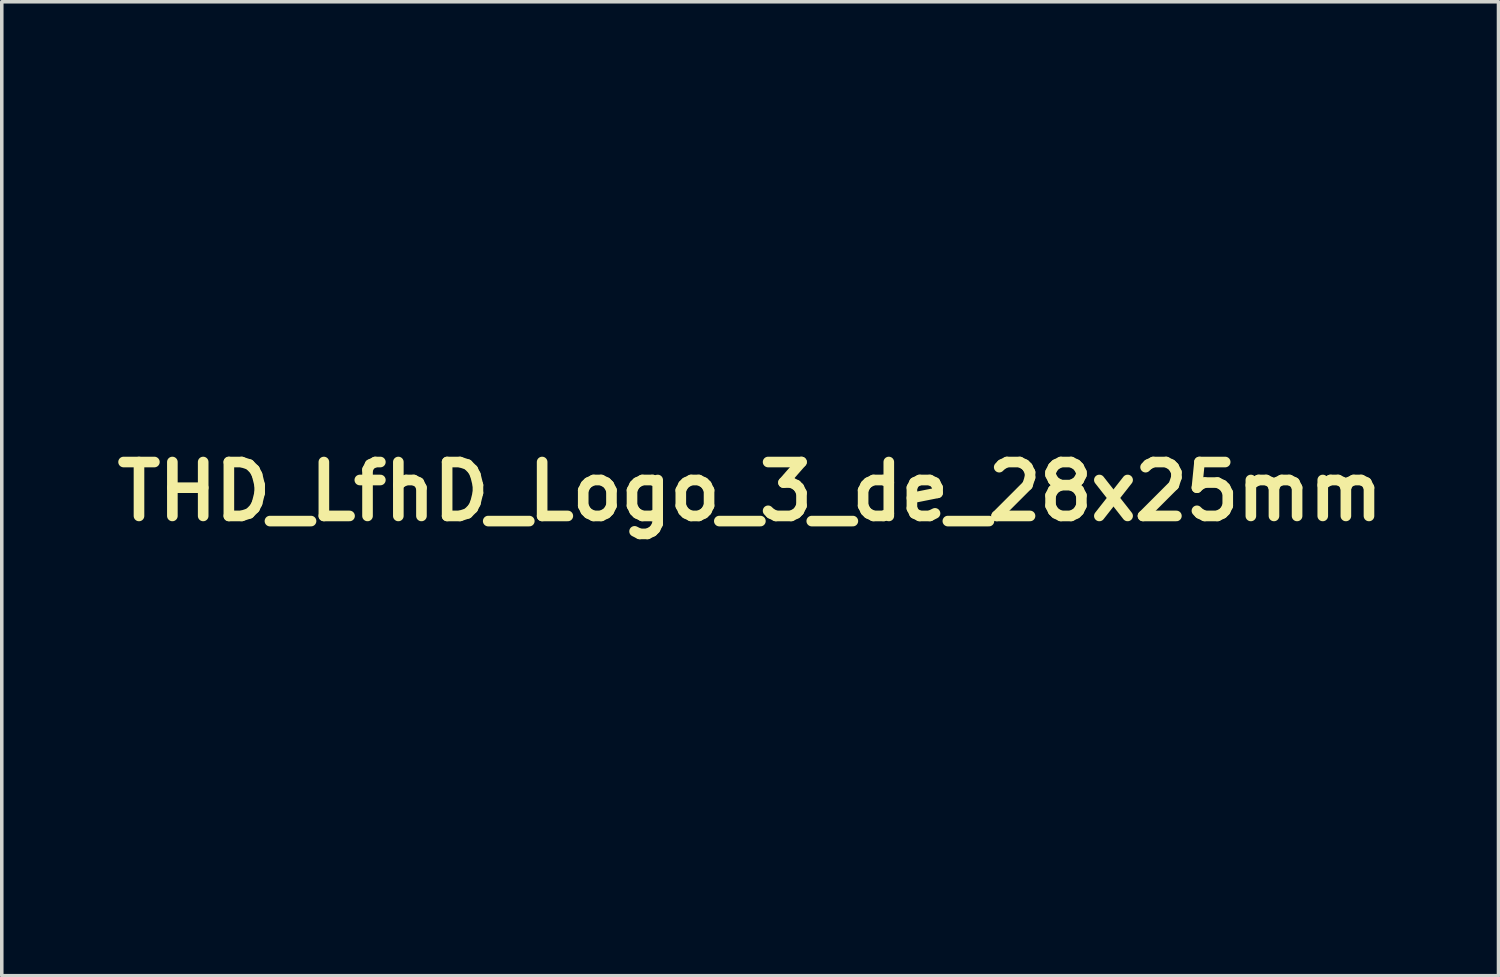
<source format=kicad_pcb>
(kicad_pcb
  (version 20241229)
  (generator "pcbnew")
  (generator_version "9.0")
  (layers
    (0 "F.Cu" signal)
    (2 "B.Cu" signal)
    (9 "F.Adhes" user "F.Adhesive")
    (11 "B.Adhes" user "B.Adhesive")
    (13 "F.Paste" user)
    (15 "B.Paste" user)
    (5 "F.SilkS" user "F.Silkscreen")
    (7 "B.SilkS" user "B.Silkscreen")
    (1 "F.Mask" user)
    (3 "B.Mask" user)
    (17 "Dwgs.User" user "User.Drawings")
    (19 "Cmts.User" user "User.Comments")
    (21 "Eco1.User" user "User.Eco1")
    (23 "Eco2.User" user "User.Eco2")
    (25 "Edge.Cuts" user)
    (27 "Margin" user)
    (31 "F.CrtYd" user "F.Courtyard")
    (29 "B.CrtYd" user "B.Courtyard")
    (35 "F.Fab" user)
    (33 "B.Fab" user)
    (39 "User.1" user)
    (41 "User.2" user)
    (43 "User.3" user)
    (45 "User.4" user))
  (footprint "THD_LfhD_Logo_3_de_28x25mm"
    (layer "F.Cu")
    (at 18.15 10.842)
    (property "Reference" "THD_LfhD_Logo_3_de_28x25mm" (at 0 0 0) (layer "F.SilkS") (effects (font (size 1.524 1.524) (thickness 0.3))))
    (attr through_hole)
    (fp_poly (pts (xy -7.197 10.583) (xy -10.16 10.583) (xy -10.16 1.778) (xy -7.197 1.778) (xy -7.197 10.583)) (stroke (width 0.01) (type solid)) (fill yes) (layer "F.Mask"))
    (fp_poly (pts (xy -0.847 10.499) (xy -3.81 10.499) (xy -3.81 1.778) (xy -0.847 1.778) (xy -0.847 10.499)) (stroke (width 0.01) (type solid)) (fill yes) (layer "F.Mask"))
    (fp_poly (pts (xy 2.625 -0.847) (xy 2.201 -0.847) (xy 2.201 -3.048) (xy 2.625 -3.048) (xy 2.625 -0.847)) (stroke (width 0.01) (type solid)) (fill yes) (layer "F.Mask"))
    (fp_poly (pts (xy -2.307 -3.032) (xy -2.074 -3.006) (xy -2.05 -2.18) (xy -2.026 -1.355) (xy -0.931 -1.355) (xy -0.931 -0.847) (xy -2.54 -0.847) (xy -2.54 -3.059) (xy -2.307 -3.032)) (stroke (width 0.01) (type solid)) (fill yes) (layer "F.Mask"))
    (fp_poly (pts (xy 6.068 -10.777) (xy 6.096 -10.668) (xy 6.036 -10.526) (xy 5.927 -10.499) (xy 5.785 -10.559) (xy 5.757 -10.668) (xy 5.817 -10.81) (xy 5.927 -10.837) (xy 6.068 -10.777)) (stroke (width 0.01) (type solid)) (fill yes) (layer "F.Mask"))
    (fp_poly (pts (xy 6.746 -10.777) (xy 6.773 -10.668) (xy 6.713 -10.526) (xy 6.604 -10.499) (xy 6.462 -10.559) (xy 6.435 -10.668) (xy 6.495 -10.81) (xy 6.604 -10.837) (xy 6.746 -10.777)) (stroke (width 0.01) (type solid)) (fill yes) (layer "F.Mask"))
    (fp_poly (pts (xy -0.254 -2.032) (xy -0.254 -1.632) (xy -0.253 -1.295) (xy -0.252 -1.057) (xy -0.251 -0.953) (xy -0.322 -0.896) (xy -0.463 -0.862) (xy -0.677 -0.835) (xy -0.677 -3.048) (xy -0.254 -3.048) (xy -0.254 -2.032)) (stroke (width 0.01) (type solid)) (fill yes) (layer "F.Mask"))
    (fp_poly (pts (xy 3.451 5.482) (xy 3.429 10.626) (xy 3.07 10.652) (xy 2.712 10.678) (xy 2.689 8.281) (xy 2.667 5.884) (xy 1.27 5.873) (xy -0.127 5.861) (xy -0.153 5.471) (xy -0.179 5.08) (xy 2.709 5.08) (xy 2.709 0.339) (xy 3.473 0.339) (xy 3.451 5.482)) (stroke (width 0.01) (type solid)) (fill yes) (layer "F.Mask"))
    (fp_poly (pts (xy -4.657 -2.794) (xy -4.673 -2.623) (xy -4.757 -2.553) (xy -4.953 -2.54) (xy -5.249 -2.54) (xy -5.249 -0.847) (xy -5.757 -0.847) (xy -5.757 -2.54) (xy -6.096 -2.54) (xy -6.313 -2.55) (xy -6.41 -2.604) (xy -6.434 -2.739) (xy -6.435 -2.794) (xy -6.435 -3.048) (xy -4.657 -3.048) (xy -4.657 -2.794)) (stroke (width 0.01) (type solid)) (fill yes) (layer "F.Mask"))
    (fp_poly (pts (xy -6.773 -0.847) (xy -6.98 -0.847) (xy -7.149 -0.87) (xy -7.216 -0.91) (xy -7.224 -1.015) (xy -7.227 -1.254) (xy -7.224 -1.592) (xy -7.214 -1.994) (xy -7.214 -2.011) (xy -7.2 -2.444) (xy -7.184 -2.736) (xy -7.161 -2.914) (xy -7.124 -3.007) (xy -7.066 -3.042) (xy -6.981 -3.048) (xy -6.773 -3.048) (xy -6.773 -0.847)) (stroke (width 0.01) (type solid)) (fill yes) (layer "F.Mask"))
    (fp_poly (pts (xy -9.991 -0.847) (xy -10.197 -0.847) (xy -10.365 -0.87) (xy -10.43 -0.91) (xy -10.438 -1.015) (xy -10.441 -1.254) (xy -10.438 -1.592) (xy -10.431 -1.994) (xy -10.43 -2.011) (xy -10.418 -2.444) (xy -10.404 -2.736) (xy -10.382 -2.914) (xy -10.345 -3.007) (xy -10.288 -3.042) (xy -10.203 -3.048) (xy -10.197 -3.048) (xy -9.991 -3.048) (xy -9.991 -0.847)) (stroke (width 0.01) (type solid)) (fill yes) (layer "F.Mask"))
    (fp_poly (pts (xy -0.847 1.185) (xy -5.757 1.185) (xy -5.757 10.479) (xy -5.948 10.53) (xy -6.22 10.576) (xy -6.446 10.569) (xy -6.548 10.527) (xy -6.558 10.434) (xy -6.568 10.187) (xy -6.577 9.802) (xy -6.585 9.295) (xy -6.592 8.68) (xy -6.598 7.974) (xy -6.602 7.192) (xy -6.604 6.349) (xy -6.604 5.828) (xy -6.604 1.185) (xy -11.515 1.185) (xy -11.515 0.339) (xy -0.847 0.339) (xy -0.847 1.185)) (stroke (width 0.01) (type solid)) (fill yes) (layer "F.Mask"))
    (fp_poly (pts (xy 7.091 5.438) (xy 7.07 10.541) (xy 5.692 10.564) (xy 5.148 10.57) (xy 4.754 10.566) (xy 4.49 10.551) (xy 4.337 10.524) (xy 4.274 10.483) (xy 4.273 10.48) (xy 4.266 10.377) (xy 4.26 10.121) (xy 4.255 9.726) (xy 4.252 9.207) (xy 4.249 8.579) (xy 4.248 7.858) (xy 4.249 7.059) (xy 4.251 6.197) (xy 4.254 5.376) (xy 4.276 0.381) (xy 5.694 0.358) (xy 7.113 0.335) (xy 7.091 5.438)) (stroke (width 0.01) (type solid)) (fill yes) (layer "F.Mask"))
    (fp_poly (pts (xy 4.741 -2.54) (xy 4.158 -2.54) (xy 3.813 -2.528) (xy 3.611 -2.49) (xy 3.529 -2.421) (xy 3.509 -2.311) (xy 3.574 -2.245) (xy 3.749 -2.212) (xy 4.062 -2.201) (xy 4.12 -2.201) (xy 4.657 -2.201) (xy 4.657 -1.693) (xy 4.115 -1.693) (xy 3.781 -1.68) (xy 3.591 -1.635) (xy 3.529 -1.575) (xy 3.509 -1.467) (xy 3.569 -1.401) (xy 3.736 -1.367) (xy 4.036 -1.355) (xy 4.163 -1.355) (xy 4.741 -1.355) (xy 4.741 -0.847) (xy 3.048 -0.847) (xy 3.048 -3.048) (xy 4.741 -3.048) (xy 4.741 -2.54)) (stroke (width 0.01) (type solid)) (fill yes) (layer "F.Mask"))
    (fp_poly (pts (xy 5.737 -6.564) (xy 5.962 -6.352) (xy 6.225 -5.983) (xy 6.26 -5.927) (xy 6.646 -5.292) (xy 6.671 -5.953) (xy 6.696 -6.615) (xy 6.925 -6.588) (xy 7.154 -6.562) (xy 7.202 -4.403) (xy 6.924 -4.405) (xy 6.783 -4.418) (xy 6.667 -4.474) (xy 6.549 -4.602) (xy 6.397 -4.83) (xy 6.265 -5.048) (xy 5.884 -5.689) (xy 5.86 -5.046) (xy 5.835 -4.403) (xy 5.334 -4.403) (xy 5.335 -5.397) (xy 5.342 -5.799) (xy 5.358 -6.144) (xy 5.382 -6.393) (xy 5.408 -6.506) (xy 5.552 -6.615) (xy 5.737 -6.564)) (stroke (width 0.01) (type solid)) (fill yes) (layer "F.Mask"))
    (fp_poly (pts (xy -12.134 -6.545) (xy -12.11 -6.4) (xy -12.107 -6.186) (xy -12.107 -5.757) (xy -11.27 -5.757) (xy -11.244 -6.16) (xy -11.22 -6.403) (xy -11.17 -6.522) (xy -11.07 -6.56) (xy -11.007 -6.562) (xy -10.795 -6.562) (xy -10.771 -5.482) (xy -10.748 -4.403) (xy -11.004 -4.403) (xy -11.156 -4.412) (xy -11.232 -4.468) (xy -11.258 -4.615) (xy -11.261 -4.826) (xy -11.261 -5.249) (xy -12.107 -5.249) (xy -12.107 -4.826) (xy -12.113 -4.575) (xy -12.147 -4.45) (xy -12.236 -4.407) (xy -12.364 -4.403) (xy -12.62 -4.403) (xy -12.573 -6.562) (xy -12.34 -6.588) (xy -12.203 -6.595) (xy -12.134 -6.545)) (stroke (width 0.01) (type solid)) (fill yes) (layer "F.Mask"))
    (fp_poly (pts (xy 11.324 -6.588) (xy 11.557 -6.562) (xy 11.581 -5.482) (xy 11.604 -4.403) (xy 11.348 -4.403) (xy 11.196 -4.412) (xy 11.12 -4.468) (xy 11.094 -4.615) (xy 11.091 -4.826) (xy 11.091 -5.249) (xy 10.245 -5.249) (xy 10.245 -4.826) (xy 10.239 -4.575) (xy 10.205 -4.45) (xy 10.116 -4.407) (xy 9.988 -4.403) (xy 9.732 -4.403) (xy 9.779 -6.562) (xy 10.012 -6.588) (xy 10.149 -6.595) (xy 10.218 -6.545) (xy 10.242 -6.4) (xy 10.245 -6.186) (xy 10.245 -5.757) (xy 11.091 -5.757) (xy 11.091 -6.186) (xy 11.096 -6.438) (xy 11.128 -6.562) (xy 11.208 -6.597) (xy 11.324 -6.588)) (stroke (width 0.01) (type solid)) (fill yes) (layer "F.Mask"))
    (fp_poly (pts (xy 4.98 -10.097) (xy 4.955 -9.969) (xy 4.89 -9.896) (xy 4.743 -9.86) (xy 4.474 -9.841) (xy 4.424 -9.838) (xy 4.131 -9.818) (xy 3.971 -9.782) (xy 3.905 -9.719) (xy 3.895 -9.648) (xy 3.916 -9.552) (xy 4.007 -9.502) (xy 4.207 -9.484) (xy 4.36 -9.483) (xy 4.627 -9.478) (xy 4.765 -9.45) (xy 4.818 -9.376) (xy 4.826 -9.233) (xy 4.826 -9.229) (xy 4.818 -9.083) (xy 4.767 -9.008) (xy 4.631 -8.979) (xy 4.367 -8.975) (xy 3.895 -8.975) (xy 3.895 -8.551) (xy 3.889 -8.301) (xy 3.855 -8.176) (xy 3.766 -8.133) (xy 3.641 -8.128) (xy 3.387 -8.128) (xy 3.387 -10.329) (xy 5.007 -10.329) (xy 4.98 -10.097)) (stroke (width 0.01) (type solid)) (fill yes) (layer "F.Mask"))
    (fp_poly (pts (xy 4.995 -6.104) (xy 4.425 -6.079) (xy 4.109 -6.057) (xy 3.928 -6.019) (xy 3.843 -5.954) (xy 3.826 -5.905) (xy 3.831 -5.825) (xy 3.909 -5.781) (xy 4.092 -5.761) (xy 4.354 -5.757) (xy 4.911 -5.757) (xy 4.911 -5.507) (xy 4.903 -5.371) (xy 4.855 -5.294) (xy 4.727 -5.256) (xy 4.48 -5.237) (xy 4.382 -5.232) (xy 4.08 -5.208) (xy 3.91 -5.165) (xy 3.836 -5.092) (xy 3.826 -5.059) (xy 3.831 -4.981) (xy 3.904 -4.936) (xy 4.08 -4.916) (xy 4.392 -4.911) (xy 4.396 -4.911) (xy 4.995 -4.911) (xy 4.995 -4.403) (xy 3.297 -4.403) (xy 3.321 -5.482) (xy 3.344 -6.562) (xy 4.17 -6.586) (xy 4.995 -6.61) (xy 4.995 -6.104)) (stroke (width 0.01) (type solid)) (fill yes) (layer "F.Mask"))
    (fp_poly (pts (xy -11.435 -3.025) (xy -11.29 -2.975) (xy -11.163 -2.877) (xy -11.095 -2.81) (xy -10.869 -2.474) (xy -10.768 -2.073) (xy -10.792 -1.658) (xy -10.942 -1.278) (xy -11.091 -1.088) (xy -11.227 -0.965) (xy -11.363 -0.893) (xy -11.549 -0.858) (xy -11.833 -0.847) (xy -11.995 -0.847) (xy -12.658 -0.847) (xy -12.639 -1.926) (xy -12.628 -2.54) (xy -12.192 -2.54) (xy -12.192 -1.355) (xy -11.89 -1.355) (xy -11.636 -1.379) (xy -11.433 -1.438) (xy -11.424 -1.442) (xy -11.32 -1.541) (xy -11.27 -1.72) (xy -11.261 -1.947) (xy -11.292 -2.255) (xy -11.404 -2.438) (xy -11.628 -2.524) (xy -11.89 -2.54) (xy -12.192 -2.54) (xy -12.628 -2.54) (xy -12.62 -3.006) (xy -11.98 -3.03) (xy -11.648 -3.039) (xy -11.435 -3.025)) (stroke (width 0.01) (type solid)) (fill yes) (layer "F.Mask"))
    (fp_poly (pts (xy 13.631 -6.354) (xy 13.625 -6.221) (xy 13.581 -6.144) (xy 13.461 -6.106) (xy 13.229 -6.086) (xy 13.061 -6.079) (xy 12.745 -6.057) (xy 12.564 -6.019) (xy 12.479 -5.954) (xy 12.462 -5.905) (xy 12.467 -5.825) (xy 12.545 -5.781) (xy 12.728 -5.761) (xy 12.99 -5.757) (xy 13.547 -5.757) (xy 13.547 -5.507) (xy 13.539 -5.371) (xy 13.491 -5.294) (xy 13.363 -5.256) (xy 13.116 -5.237) (xy 13.018 -5.232) (xy 12.716 -5.208) (xy 12.546 -5.165) (xy 12.472 -5.092) (xy 12.462 -5.059) (xy 12.467 -4.981) (xy 12.54 -4.936) (xy 12.716 -4.916) (xy 13.028 -4.911) (xy 13.032 -4.911) (xy 13.631 -4.911) (xy 13.631 -4.403) (xy 11.938 -4.403) (xy 11.938 -6.604) (xy 13.631 -6.604) (xy 13.631 -6.354)) (stroke (width 0.01) (type solid)) (fill yes) (layer "F.Mask"))
    (fp_poly (pts (xy -4.758 -6.584) (xy -4.615 -6.538) (xy -4.495 -6.446) (xy -4.398 -6.345) (xy -4.262 -6.182) (xy -4.187 -6.023) (xy -4.155 -5.809) (xy -4.149 -5.503) (xy -4.156 -5.183) (xy -4.191 -4.973) (xy -4.269 -4.815) (xy -4.394 -4.666) (xy -4.526 -4.535) (xy -4.651 -4.457) (xy -4.817 -4.418) (xy -5.072 -4.404) (xy -5.328 -4.403) (xy -6.016 -4.403) (xy -5.979 -6.096) (xy -5.503 -6.096) (xy -5.503 -4.911) (xy -5.125 -4.911) (xy -4.858 -4.932) (xy -4.708 -5.008) (xy -4.66 -5.074) (xy -4.582 -5.344) (xy -4.589 -5.644) (xy -4.676 -5.894) (xy -4.712 -5.941) (xy -4.93 -6.065) (xy -5.178 -6.096) (xy -5.503 -6.096) (xy -5.979 -6.096) (xy -5.969 -6.562) (xy -5.308 -6.586) (xy -4.973 -6.596) (xy -4.758 -6.584)) (stroke (width 0.01) (type solid)) (fill yes) (layer "F.Mask"))
    (fp_poly (pts (xy 5.757 -9.584) (xy 5.767 -9.167) (xy 5.805 -8.89) (xy 5.884 -8.728) (xy 6.015 -8.652) (xy 6.181 -8.636) (xy 6.367 -8.658) (xy 6.49 -8.744) (xy 6.563 -8.919) (xy 6.597 -9.213) (xy 6.604 -9.584) (xy 6.606 -9.94) (xy 6.617 -10.16) (xy 6.648 -10.276) (xy 6.707 -10.321) (xy 6.805 -10.329) (xy 6.816 -10.329) (xy 7.027 -10.329) (xy 7.027 -9.436) (xy 7.025 -9.033) (xy 7.012 -8.762) (xy 6.982 -8.584) (xy 6.927 -8.462) (xy 6.841 -8.358) (xy 6.82 -8.336) (xy 6.566 -8.186) (xy 6.234 -8.121) (xy 5.894 -8.145) (xy 5.615 -8.26) (xy 5.593 -8.276) (xy 5.425 -8.505) (xy 5.314 -8.879) (xy 5.259 -9.402) (xy 5.251 -9.716) (xy 5.249 -10.329) (xy 5.757 -10.329) (xy 5.757 -9.584)) (stroke (width 0.01) (type solid)) (fill yes) (layer "F.Mask"))
    (fp_poly (pts (xy 11.261 -0.847) (xy 11.011 -0.847) (xy 10.871 -0.864) (xy 10.754 -0.938) (xy 10.629 -1.099) (xy 10.463 -1.379) (xy 10.454 -1.396) (xy 10.294 -1.669) (xy 10.159 -1.881) (xy 10.074 -1.99) (xy 10.068 -1.994) (xy 10.029 -1.942) (xy 10.002 -1.754) (xy 9.991 -1.462) (xy 9.991 -1.444) (xy 9.991 -0.847) (xy 9.483 -0.847) (xy 9.483 -3.048) (xy 9.733 -3.048) (xy 9.869 -3.031) (xy 9.986 -2.961) (xy 10.115 -2.807) (xy 10.285 -2.54) (xy 10.336 -2.454) (xy 10.506 -2.174) (xy 10.646 -1.957) (xy 10.731 -1.838) (xy 10.742 -1.827) (xy 10.768 -1.888) (xy 10.787 -2.078) (xy 10.795 -2.36) (xy 10.795 -2.4) (xy 10.798 -2.714) (xy 10.815 -2.897) (xy 10.862 -2.987) (xy 10.952 -3.022) (xy 11.028 -3.032) (xy 11.261 -3.059) (xy 11.261 -0.847)) (stroke (width 0.01) (type solid)) (fill yes) (layer "F.Mask"))
    (fp_poly (pts (xy -0.597 -10.256) (xy -0.268 -10.045) (xy -0.048 -9.708) (xy 0.002 -9.561) (xy 0.041 -9.128) (xy -0.063 -8.723) (xy -0.3 -8.388) (xy -0.347 -8.346) (xy -0.683 -8.165) (xy -1.069 -8.117) (xy -1.447 -8.201) (xy -1.685 -8.346) (xy -1.941 -8.666) (xy -2.066 -9.063) (xy -2.058 -9.285) (xy -1.609 -9.285) (xy -1.55 -8.946) (xy -1.375 -8.73) (xy -1.088 -8.639) (xy -1.016 -8.636) (xy -0.749 -8.671) (xy -0.58 -8.791) (xy -0.555 -8.824) (xy -0.439 -9.096) (xy -0.434 -9.381) (xy -0.535 -9.617) (xy -0.612 -9.69) (xy -0.896 -9.81) (xy -1.179 -9.803) (xy -1.419 -9.686) (xy -1.574 -9.475) (xy -1.609 -9.285) (xy -2.058 -9.285) (xy -2.05 -9.495) (xy -2.034 -9.561) (xy -1.854 -9.94) (xy -1.562 -10.197) (xy -1.173 -10.32) (xy -1.016 -10.329) (xy -0.597 -10.256)) (stroke (width 0.01) (type solid)) (fill yes) (layer "F.Mask"))
    (fp_poly (pts (xy 7.506 -3.033) (xy 7.747 -3.006) (xy 7.771 -2.223) (xy 7.785 -1.855) (xy 7.806 -1.622) (xy 7.842 -1.49) (xy 7.903 -1.424) (xy 7.997 -1.39) (xy 8.217 -1.348) (xy 8.365 -1.367) (xy 8.457 -1.473) (xy 8.511 -1.691) (xy 8.542 -2.045) (xy 8.551 -2.202) (xy 8.573 -2.575) (xy 8.596 -2.811) (xy 8.632 -2.943) (xy 8.692 -3.004) (xy 8.786 -3.028) (xy 8.826 -3.032) (xy 9.059 -3.059) (xy 9.059 -2.161) (xy 9.057 -1.758) (xy 9.046 -1.488) (xy 9.017 -1.313) (xy 8.964 -1.194) (xy 8.879 -1.095) (xy 8.835 -1.054) (xy 8.551 -0.89) (xy 8.206 -0.831) (xy 7.861 -0.874) (xy 7.576 -1.02) (xy 7.529 -1.065) (xy 7.435 -1.18) (xy 7.373 -1.311) (xy 7.334 -1.497) (xy 7.311 -1.777) (xy 7.295 -2.172) (xy 7.266 -3.061) (xy 7.506 -3.033)) (stroke (width 0.01) (type solid)) (fill yes) (layer "F.Mask"))
    (fp_poly (pts (xy -8.281 -3.026) (xy -8.07 -2.95) (xy -7.929 -2.84) (xy -7.745 -2.615) (xy -7.724 -2.431) (xy -7.863 -2.292) (xy -8.017 -2.259) (xy -8.164 -2.364) (xy -8.173 -2.373) (xy -8.403 -2.514) (xy -8.683 -2.53) (xy -8.951 -2.425) (xy -9.045 -2.344) (xy -9.201 -2.082) (xy -9.209 -1.82) (xy -9.086 -1.59) (xy -8.851 -1.425) (xy -8.52 -1.355) (xy -8.487 -1.355) (xy -8.244 -1.375) (xy -8.109 -1.423) (xy -8.099 -1.48) (xy -8.231 -1.528) (xy -8.316 -1.54) (xy -8.51 -1.58) (xy -8.585 -1.679) (xy -8.593 -1.778) (xy -8.581 -1.898) (xy -8.515 -1.965) (xy -8.357 -1.998) (xy -8.107 -2.015) (xy -7.62 -2.04) (xy -7.621 -1.634) (xy -7.634 -1.376) (xy -7.695 -1.218) (xy -7.838 -1.089) (xy -7.916 -1.037) (xy -8.257 -0.895) (xy -8.645 -0.85) (xy -9.007 -0.908) (xy -9.128 -0.961) (xy -9.416 -1.209) (xy -9.59 -1.543) (xy -9.649 -1.925) (xy -9.593 -2.314) (xy -9.42 -2.671) (xy -9.18 -2.92) (xy -8.996 -2.994) (xy -8.72 -3.039) (xy -8.585 -3.045) (xy -8.281 -3.026)) (stroke (width 0.01) (type solid)) (fill yes) (layer "F.Mask"))
    (fp_poly (pts (xy 1.214 -3.016) (xy 1.492 -2.913) (xy 1.694 -2.75) (xy 1.778 -2.538) (xy 1.778 -2.524) (xy 1.766 -2.433) (xy 1.709 -2.39) (xy 1.574 -2.393) (xy 1.33 -2.442) (xy 1.081 -2.502) (xy 0.86 -2.527) (xy 0.712 -2.506) (xy 0.625 -2.427) (xy 0.678 -2.329) (xy 0.843 -2.235) (xy 1.09 -2.171) (xy 1.446 -2.058) (xy 1.704 -1.868) (xy 1.849 -1.629) (xy 1.868 -1.372) (xy 1.746 -1.124) (xy 1.64 -1.022) (xy 1.343 -0.88) (xy 0.982 -0.836) (xy 0.623 -0.887) (xy 0.334 -1.033) (xy 0.309 -1.054) (xy 0.158 -1.23) (xy 0.086 -1.387) (xy 0.085 -1.403) (xy 0.116 -1.494) (xy 0.24 -1.507) (xy 0.36 -1.486) (xy 0.63 -1.437) (xy 0.942 -1.39) (xy 0.995 -1.383) (xy 1.221 -1.363) (xy 1.325 -1.392) (xy 1.354 -1.485) (xy 1.355 -1.515) (xy 1.306 -1.656) (xy 1.153 -1.693) (xy 0.883 -1.737) (xy 0.597 -1.848) (xy 0.361 -1.995) (xy 0.257 -2.111) (xy 0.173 -2.421) (xy 0.247 -2.713) (xy 0.365 -2.864) (xy 0.607 -3.002) (xy 0.904 -3.05) (xy 1.214 -3.016)) (stroke (width 0.01) (type solid)) (fill yes) (layer "F.Mask"))
    (fp_poly (pts (xy 13 -3.023) (xy 13.233 -2.93) (xy 13.371 -2.829) (xy 13.573 -2.618) (xy 13.617 -2.451) (xy 13.505 -2.313) (xy 13.447 -2.278) (xy 13.291 -2.226) (xy 13.168 -2.298) (xy 13.115 -2.359) (xy 12.905 -2.501) (xy 12.632 -2.54) (xy 12.37 -2.477) (xy 12.247 -2.385) (xy 12.13 -2.154) (xy 12.109 -1.877) (xy 12.181 -1.622) (xy 12.296 -1.486) (xy 12.467 -1.414) (xy 12.699 -1.369) (xy 12.937 -1.356) (xy 13.125 -1.376) (xy 13.208 -1.434) (xy 13.208 -1.439) (xy 13.134 -1.499) (xy 12.957 -1.524) (xy 12.954 -1.524) (xy 12.774 -1.545) (xy 12.708 -1.644) (xy 12.7 -1.778) (xy 12.7 -2.032) (xy 13.716 -2.032) (xy 13.716 -1.73) (xy 13.692 -1.477) (xy 13.633 -1.274) (xy 13.629 -1.265) (xy 13.431 -1.058) (xy 13.116 -0.912) (xy 12.732 -0.848) (xy 12.668 -0.847) (xy 12.392 -0.872) (xy 12.177 -0.971) (xy 11.994 -1.125) (xy 11.72 -1.482) (xy 11.608 -1.869) (xy 11.656 -2.263) (xy 11.866 -2.641) (xy 11.977 -2.765) (xy 12.179 -2.942) (xy 12.371 -3.025) (xy 12.637 -3.048) (xy 12.685 -3.048) (xy 13 -3.023)) (stroke (width 0.01) (type solid)) (fill yes) (layer "F.Mask"))
    (fp_poly (pts (xy -3.832 -3.031) (xy -3.832 -3.031) (xy -3.675 -2.964) (xy -3.543 -2.783) (xy -3.47 -2.625) (xy -3.343 -2.315) (xy -3.204 -1.966) (xy -3.066 -1.614) (xy -2.943 -1.294) (xy -2.849 -1.045) (xy -2.799 -0.902) (xy -2.794 -0.883) (xy -2.868 -0.857) (xy -3.04 -0.847) (xy -3.232 -0.883) (xy -3.344 -1.023) (xy -3.374 -1.101) (xy -3.445 -1.257) (xy -3.55 -1.331) (xy -3.747 -1.354) (xy -3.855 -1.355) (xy -4.101 -1.344) (xy -4.236 -1.291) (xy -4.317 -1.167) (xy -4.344 -1.101) (xy -4.451 -0.914) (xy -4.615 -0.85) (xy -4.684 -0.847) (xy -4.862 -0.876) (xy -4.889 -0.953) (xy -4.846 -1.072) (xy -4.758 -1.313) (xy -4.64 -1.639) (xy -4.535 -1.928) (xy -4.047 -1.928) (xy -3.981 -1.868) (xy -3.904 -1.863) (xy -3.755 -1.919) (xy -3.727 -2.011) (xy -3.759 -2.173) (xy -3.829 -2.316) (xy -3.904 -2.377) (xy -3.926 -2.368) (xy -3.973 -2.264) (xy -4.024 -2.095) (xy -4.047 -1.928) (xy -4.535 -1.928) (xy -4.528 -1.947) (xy -4.365 -2.391) (xy -4.241 -2.698) (xy -4.141 -2.892) (xy -4.05 -2.996) (xy -3.952 -3.035) (xy -3.832 -3.031)) (stroke (width 0.01) (type solid)) (fill yes) (layer "F.Mask"))
    (fp_poly (pts (xy 6.205 -3.045) (xy 6.44 -3.029) (xy 6.583 -2.992) (xy 6.673 -2.925) (xy 6.735 -2.843) (xy 6.828 -2.586) (xy 6.842 -2.322) (xy 6.794 -2.089) (xy 6.666 -1.932) (xy 6.45 -1.807) (xy 6.481 -1.738) (xy 6.588 -1.571) (xy 6.725 -1.374) (xy 6.885 -1.144) (xy 6.994 -0.971) (xy 7.027 -0.9) (xy 6.954 -0.862) (xy 6.781 -0.847) (xy 6.616 -0.876) (xy 6.463 -0.984) (xy 6.28 -1.202) (xy 6.231 -1.27) (xy 6.01 -1.536) (xy 5.826 -1.676) (xy 5.757 -1.693) (xy 5.656 -1.671) (xy 5.605 -1.577) (xy 5.589 -1.368) (xy 5.588 -1.27) (xy 5.582 -1.019) (xy 5.548 -0.894) (xy 5.459 -0.851) (xy 5.334 -0.847) (xy 5.08 -0.847) (xy 5.08 -2.293) (xy 5.547 -2.293) (xy 5.645 -2.226) (xy 5.878 -2.212) (xy 6.007 -2.219) (xy 6.266 -2.255) (xy 6.393 -2.33) (xy 6.419 -2.392) (xy 6.41 -2.481) (xy 6.316 -2.526) (xy 6.098 -2.54) (xy 6.027 -2.54) (xy 5.72 -2.516) (xy 5.571 -2.441) (xy 5.561 -2.421) (xy 5.547 -2.293) (xy 5.08 -2.293) (xy 5.08 -3.048) (xy 5.84 -3.048) (xy 6.205 -3.045)) (stroke (width 0.01) (type solid)) (fill yes) (layer "F.Mask"))
    (fp_poly (pts (xy -9.418 -6.554) (xy -9.333 -6.515) (xy -9.251 -6.42) (xy -9.157 -6.241) (xy -9.034 -5.956) (xy -8.87 -5.547) (xy -8.718 -5.162) (xy -8.593 -4.833) (xy -8.505 -4.593) (xy -8.467 -4.473) (xy -8.467 -4.468) (xy -8.54 -4.421) (xy -8.702 -4.403) (xy -8.891 -4.443) (xy -9.009 -4.596) (xy -9.033 -4.657) (xy -9.109 -4.813) (xy -9.218 -4.887) (xy -9.417 -4.91) (xy -9.525 -4.911) (xy -9.772 -4.9) (xy -9.908 -4.848) (xy -9.989 -4.726) (xy -10.017 -4.657) (xy -10.125 -4.469) (xy -10.291 -4.405) (xy -10.348 -4.403) (xy -10.518 -4.409) (xy -10.582 -4.424) (xy -10.553 -4.506) (xy -10.475 -4.717) (xy -10.359 -5.027) (xy -10.215 -5.405) (xy -10.178 -5.503) (xy -10.168 -5.53) (xy -9.717 -5.53) (xy -9.712 -5.441) (xy -9.612 -5.419) (xy -9.525 -5.419) (xy -9.367 -5.44) (xy -9.316 -5.482) (xy -9.356 -5.596) (xy -9.437 -5.757) (xy -9.555 -5.969) (xy -9.646 -5.731) (xy -9.717 -5.53) (xy -10.168 -5.53) (xy -10.014 -5.93) (xy -9.894 -6.224) (xy -9.801 -6.408) (xy -9.722 -6.51) (xy -9.64 -6.552) (xy -9.54 -6.562) (xy -9.524 -6.562) (xy -9.418 -6.554)) (stroke (width 0.01) (type solid)) (fill yes) (layer "F.Mask"))
    (fp_poly (pts (xy -0.102 -6.554) (xy -0.014 -6.514) (xy 0.069 -6.415) (xy 0.166 -6.233) (xy 0.293 -5.94) (xy 0.437 -5.588) (xy 0.589 -5.206) (xy 0.715 -4.876) (xy 0.803 -4.633) (xy 0.839 -4.511) (xy 0.839 -4.508) (xy 0.771 -4.43) (xy 0.611 -4.403) (xy 0.422 -4.443) (xy 0.305 -4.596) (xy 0.28 -4.657) (xy 0.204 -4.813) (xy 0.096 -4.887) (xy -0.103 -4.91) (xy -0.212 -4.911) (xy -0.459 -4.9) (xy -0.594 -4.848) (xy -0.675 -4.726) (xy -0.703 -4.657) (xy -0.812 -4.469) (xy -0.978 -4.405) (xy -1.035 -4.403) (xy -1.204 -4.409) (xy -1.269 -4.424) (xy -1.24 -4.506) (xy -1.162 -4.717) (xy -1.045 -5.027) (xy -0.902 -5.405) (xy -0.865 -5.503) (xy -0.855 -5.53) (xy -0.404 -5.53) (xy -0.399 -5.441) (xy -0.299 -5.419) (xy -0.212 -5.419) (xy -0.054 -5.44) (xy -0.003 -5.482) (xy -0.043 -5.596) (xy -0.124 -5.757) (xy -0.241 -5.969) (xy -0.332 -5.731) (xy -0.404 -5.53) (xy -0.855 -5.53) (xy -0.701 -5.93) (xy -0.58 -6.224) (xy -0.488 -6.408) (xy -0.409 -6.51) (xy -0.327 -6.552) (xy -0.226 -6.562) (xy -0.21 -6.562) (xy -0.102 -6.554)) (stroke (width 0.01) (type solid)) (fill yes) (layer "F.Mask"))
    (fp_poly (pts (xy 8.531 -6.554) (xy 8.617 -6.515) (xy 8.698 -6.42) (xy 8.793 -6.241) (xy 8.916 -5.956) (xy 9.079 -5.547) (xy 9.231 -5.162) (xy 9.356 -4.833) (xy 9.444 -4.593) (xy 9.482 -4.473) (xy 9.483 -4.468) (xy 9.409 -4.421) (xy 9.247 -4.403) (xy 9.058 -4.443) (xy 8.941 -4.596) (xy 8.916 -4.657) (xy 8.84 -4.813) (xy 8.732 -4.887) (xy 8.533 -4.91) (xy 8.424 -4.911) (xy 8.177 -4.9) (xy 8.042 -4.848) (xy 7.961 -4.726) (xy 7.933 -4.657) (xy 7.824 -4.469) (xy 7.658 -4.405) (xy 7.601 -4.403) (xy 7.432 -4.409) (xy 7.367 -4.424) (xy 7.396 -4.506) (xy 7.474 -4.717) (xy 7.591 -5.027) (xy 7.734 -5.405) (xy 7.771 -5.503) (xy 7.781 -5.53) (xy 8.232 -5.53) (xy 8.237 -5.441) (xy 8.337 -5.419) (xy 8.424 -5.419) (xy 8.582 -5.44) (xy 8.633 -5.482) (xy 8.593 -5.596) (xy 8.512 -5.757) (xy 8.395 -5.969) (xy 8.304 -5.731) (xy 8.232 -5.53) (xy 7.781 -5.53) (xy 7.935 -5.93) (xy 8.056 -6.224) (xy 8.148 -6.408) (xy 8.227 -6.51) (xy 8.309 -6.552) (xy 8.41 -6.562) (xy 8.425 -6.562) (xy 8.531 -6.554)) (stroke (width 0.01) (type solid)) (fill yes) (layer "F.Mask"))
    (fp_poly (pts (xy -3.105 -10.323) (xy -2.857 -10.301) (xy -2.701 -10.255) (xy -2.6 -10.179) (xy -2.595 -10.175) (xy -2.479 -9.935) (xy -2.466 -9.637) (xy -2.542 -9.394) (xy -2.577 -9.241) (xy -2.483 -9.088) (xy -2.456 -9.06) (xy -2.33 -8.857) (xy -2.336 -8.656) (xy -2.419 -8.425) (xy -2.562 -8.27) (xy -2.795 -8.178) (xy -3.146 -8.135) (xy -3.481 -8.128) (xy -4.233 -8.128) (xy -4.233 -8.805) (xy -3.725 -8.805) (xy -3.709 -8.702) (xy -3.632 -8.653) (xy -3.453 -8.645) (xy -3.281 -8.653) (xy -3.002 -8.684) (xy -2.864 -8.741) (xy -2.836 -8.805) (xy -2.888 -8.888) (xy -3.061 -8.937) (xy -3.281 -8.958) (xy -3.54 -8.966) (xy -3.673 -8.943) (xy -3.721 -8.874) (xy -3.725 -8.805) (xy -4.233 -8.805) (xy -4.233 -9.652) (xy -3.725 -9.652) (xy -3.703 -9.55) (xy -3.608 -9.5) (xy -3.4 -9.483) (xy -3.302 -9.483) (xy -3.048 -9.492) (xy -2.921 -9.529) (xy -2.88 -9.613) (xy -2.879 -9.652) (xy -2.901 -9.754) (xy -2.996 -9.804) (xy -3.204 -9.821) (xy -3.302 -9.821) (xy -3.556 -9.812) (xy -3.683 -9.775) (xy -3.724 -9.691) (xy -3.725 -9.652) (xy -4.233 -9.652) (xy -4.233 -10.329) (xy -3.484 -10.329) (xy -3.105 -10.323)) (stroke (width 0.01) (type solid)) (fill yes) (layer "F.Mask"))
    (fp_poly (pts (xy 2.221 -6.601) (xy 2.456 -6.585) (xy 2.605 -6.546) (xy 2.706 -6.475) (xy 2.788 -6.381) (xy 2.911 -6.171) (xy 2.963 -5.978) (xy 2.963 -5.976) (xy 2.913 -5.761) (xy 2.791 -5.559) (xy 2.641 -5.434) (xy 2.578 -5.419) (xy 2.487 -5.406) (xy 2.472 -5.349) (xy 2.542 -5.221) (xy 2.708 -4.994) (xy 2.752 -4.936) (xy 2.943 -4.673) (xy 3.027 -4.513) (xy 3.005 -4.431) (xy 2.881 -4.404) (xy 2.815 -4.403) (xy 2.645 -4.44) (xy 2.477 -4.57) (xy 2.285 -4.805) (xy 2.081 -5.042) (xy 1.89 -5.197) (xy 1.798 -5.234) (xy 1.686 -5.235) (xy 1.63 -5.171) (xy 1.611 -5) (xy 1.609 -4.832) (xy 1.603 -4.579) (xy 1.57 -4.452) (xy 1.484 -4.408) (xy 1.355 -4.403) (xy 1.101 -4.403) (xy 1.101 -5.922) (xy 1.609 -5.922) (xy 1.628 -5.818) (xy 1.714 -5.772) (xy 1.91 -5.768) (xy 2.01 -5.774) (xy 2.275 -5.808) (xy 2.407 -5.878) (xy 2.44 -5.948) (xy 2.431 -6.036) (xy 2.338 -6.081) (xy 2.123 -6.095) (xy 2.038 -6.096) (xy 1.783 -6.088) (xy 1.654 -6.051) (xy 1.611 -5.97) (xy 1.609 -5.922) (xy 1.101 -5.922) (xy 1.101 -6.604) (xy 1.857 -6.604) (xy 2.221 -6.601)) (stroke (width 0.01) (type solid)) (fill yes) (layer "F.Mask"))
    (fp_poly (pts (xy -6.854 -6.587) (xy -6.711 -6.553) (xy -6.612 -6.483) (xy -6.528 -6.384) (xy -6.404 -6.174) (xy -6.35 -5.98) (xy -6.35 -5.976) (xy -6.4 -5.761) (xy -6.522 -5.559) (xy -6.672 -5.434) (xy -6.736 -5.419) (xy -6.826 -5.406) (xy -6.841 -5.349) (xy -6.771 -5.221) (xy -6.606 -4.994) (xy -6.562 -4.936) (xy -6.37 -4.673) (xy -6.287 -4.513) (xy -6.308 -4.431) (xy -6.432 -4.404) (xy -6.498 -4.403) (xy -6.668 -4.44) (xy -6.836 -4.57) (xy -7.029 -4.805) (xy -7.232 -5.042) (xy -7.423 -5.197) (xy -7.515 -5.234) (xy -7.627 -5.235) (xy -7.683 -5.171) (xy -7.703 -5) (xy -7.705 -4.832) (xy -7.71 -4.579) (xy -7.743 -4.452) (xy -7.83 -4.408) (xy -7.961 -4.403) (xy -8.218 -4.403) (xy -8.194 -5.482) (xy -8.184 -5.922) (xy -7.705 -5.922) (xy -7.686 -5.818) (xy -7.599 -5.772) (xy -7.403 -5.768) (xy -7.303 -5.774) (xy -7.039 -5.808) (xy -6.906 -5.878) (xy -6.874 -5.948) (xy -6.882 -6.036) (xy -6.975 -6.081) (xy -7.19 -6.095) (xy -7.275 -6.096) (xy -7.531 -6.088) (xy -7.659 -6.051) (xy -7.702 -5.97) (xy -7.705 -5.922) (xy -8.184 -5.922) (xy -8.17 -6.562) (xy -7.438 -6.586) (xy -7.082 -6.595) (xy -6.854 -6.587)) (stroke (width 0.01) (type solid)) (fill yes) (layer "F.Mask"))
    (fp_poly (pts (xy 1.459 -10.326) (xy 1.694 -10.31) (xy 1.843 -10.272) (xy 1.944 -10.201) (xy 2.026 -10.106) (xy 2.149 -9.896) (xy 2.201 -9.703) (xy 2.201 -9.702) (xy 2.151 -9.486) (xy 2.029 -9.285) (xy 1.879 -9.159) (xy 1.816 -9.144) (xy 1.727 -9.134) (xy 1.71 -9.083) (xy 1.774 -8.965) (xy 1.931 -8.75) (xy 1.99 -8.673) (xy 2.183 -8.406) (xy 2.266 -8.242) (xy 2.242 -8.158) (xy 2.113 -8.129) (xy 2.053 -8.128) (xy 1.883 -8.165) (xy 1.715 -8.295) (xy 1.523 -8.53) (xy 1.319 -8.767) (xy 1.128 -8.922) (xy 1.036 -8.959) (xy 0.924 -8.961) (xy 0.868 -8.896) (xy 0.849 -8.726) (xy 0.847 -8.557) (xy 0.841 -8.304) (xy 0.808 -8.178) (xy 0.722 -8.133) (xy 0.593 -8.128) (xy 0.339 -8.128) (xy 0.339 -9.652) (xy 0.847 -9.652) (xy 0.869 -9.55) (xy 0.964 -9.5) (xy 1.172 -9.483) (xy 1.27 -9.483) (xy 1.524 -9.492) (xy 1.651 -9.529) (xy 1.692 -9.613) (xy 1.693 -9.652) (xy 1.671 -9.754) (xy 1.576 -9.804) (xy 1.368 -9.821) (xy 1.27 -9.821) (xy 1.016 -9.812) (xy 0.889 -9.775) (xy 0.848 -9.691) (xy 0.847 -9.652) (xy 0.339 -9.652) (xy 0.339 -10.329) (xy 1.095 -10.329) (xy 1.459 -10.326)) (stroke (width 0.01) (type solid)) (fill yes) (layer "F.Mask"))
    (fp_poly (pts (xy 8.571 -10.326) (xy 8.806 -10.31) (xy 8.955 -10.272) (xy 9.056 -10.201) (xy 9.138 -10.106) (xy 9.261 -9.896) (xy 9.313 -9.703) (xy 9.313 -9.702) (xy 9.263 -9.486) (xy 9.141 -9.285) (xy 8.991 -9.159) (xy 8.928 -9.144) (xy 8.839 -9.134) (xy 8.822 -9.083) (xy 8.886 -8.965) (xy 9.043 -8.75) (xy 9.102 -8.673) (xy 9.295 -8.406) (xy 9.378 -8.242) (xy 9.354 -8.158) (xy 9.225 -8.129) (xy 9.165 -8.128) (xy 8.995 -8.165) (xy 8.827 -8.295) (xy 8.635 -8.53) (xy 8.431 -8.767) (xy 8.24 -8.922) (xy 8.148 -8.959) (xy 8.036 -8.961) (xy 7.98 -8.896) (xy 7.961 -8.726) (xy 7.959 -8.557) (xy 7.953 -8.304) (xy 7.92 -8.178) (xy 7.834 -8.133) (xy 7.705 -8.128) (xy 7.451 -8.128) (xy 7.451 -9.652) (xy 7.959 -9.652) (xy 7.981 -9.55) (xy 8.076 -9.5) (xy 8.284 -9.483) (xy 8.382 -9.483) (xy 8.636 -9.492) (xy 8.763 -9.529) (xy 8.804 -9.613) (xy 8.805 -9.652) (xy 8.783 -9.754) (xy 8.688 -9.804) (xy 8.48 -9.821) (xy 8.382 -9.821) (xy 8.128 -9.812) (xy 8.001 -9.775) (xy 7.96 -9.691) (xy 7.959 -9.652) (xy 7.451 -9.652) (xy 7.451 -10.329) (xy 8.207 -10.329) (xy 8.571 -10.326)) (stroke (width 0.01) (type solid)) (fill yes) (layer "F.Mask"))
    (fp_poly (pts (xy -7.789 -8.636) (xy -7.239 -8.636) (xy -6.943 -8.633) (xy -6.779 -8.612) (xy -6.707 -8.559) (xy -6.689 -8.457) (xy -6.689 -8.41) (xy -6.679 -8.277) (xy -6.645 -8.248) (xy -6.581 -8.334) (xy -6.48 -8.548) (xy -6.334 -8.9) (xy -6.197 -9.251) (xy -5.739 -9.251) (xy -5.73 -9.165) (xy -5.623 -9.144) (xy -5.54 -9.144) (xy -5.386 -9.166) (xy -5.362 -9.261) (xy -5.38 -9.335) (xy -5.472 -9.553) (xy -5.564 -9.604) (xy -5.654 -9.487) (xy -5.67 -9.449) (xy -5.739 -9.251) (xy -6.197 -9.251) (xy -6.18 -9.296) (xy -6.019 -9.707) (xy -5.902 -9.985) (xy -5.811 -10.156) (xy -5.731 -10.246) (xy -5.644 -10.281) (xy -5.547 -10.287) (xy -5.445 -10.28) (xy -5.361 -10.242) (xy -5.279 -10.149) (xy -5.186 -9.977) (xy -5.064 -9.7) (xy -4.898 -9.295) (xy -4.862 -9.207) (xy -4.427 -8.128) (xy -4.693 -8.128) (xy -4.897 -8.161) (xy -5.015 -8.292) (xy -5.054 -8.382) (xy -5.13 -8.539) (xy -5.239 -8.613) (xy -5.44 -8.635) (xy -5.543 -8.636) (xy -5.788 -8.625) (xy -5.921 -8.574) (xy -5.998 -8.452) (xy -6.024 -8.382) (xy -6.113 -8.128) (xy -7.184 -8.128) (xy -8.255 -8.128) (xy -8.237 -9.207) (xy -8.218 -10.287) (xy -8.004 -10.314) (xy -7.789 -10.341) (xy -7.789 -8.636)) (stroke (width 0.01) (type solid)) (fill yes) (layer "F.Mask"))
    (fp_poly (pts (xy 8.107 0.365) (xy 8.736 0.478) (xy 9.288 0.641) (xy 9.851 0.882) (xy 9.98 0.946) (xy 10.625 1.337) (xy 11.229 1.831) (xy 11.753 2.39) (xy 12.16 2.976) (xy 12.264 3.176) (xy 12.411 3.48) (xy 12.537 3.739) (xy 12.618 3.902) (xy 12.624 3.915) (xy 12.682 4.11) (xy 12.7 4.3) (xy 12.73 4.507) (xy 12.791 4.629) (xy 12.828 4.753) (xy 12.847 5.004) (xy 12.849 5.34) (xy 12.835 5.72) (xy 12.806 6.103) (xy 12.764 6.447) (xy 12.725 6.656) (xy 12.52 7.263) (xy 12.201 7.896) (xy 11.8 8.506) (xy 11.349 9.043) (xy 10.908 9.437) (xy 10.625 9.63) (xy 10.288 9.832) (xy 9.938 10.025) (xy 9.613 10.186) (xy 9.355 10.294) (xy 9.211 10.329) (xy 9.046 10.379) (xy 9.013 10.403) (xy 8.892 10.448) (xy 8.655 10.492) (xy 8.361 10.527) (xy 7.789 10.577) (xy 7.789 9.848) (xy 8.276 9.739) (xy 8.963 9.561) (xy 9.524 9.357) (xy 10.002 9.105) (xy 10.44 8.786) (xy 10.684 8.57) (xy 11.231 7.949) (xy 11.638 7.251) (xy 11.902 6.499) (xy 12.022 5.714) (xy 11.995 4.92) (xy 11.819 4.138) (xy 11.491 3.391) (xy 11.29 3.068) (xy 10.922 2.602) (xy 10.487 2.198) (xy 9.954 1.822) (xy 9.576 1.618) (xy 9.132 1.433) (xy 8.681 1.288) (xy 8.281 1.201) (xy 8.089 1.185) (xy 7.789 1.185) (xy 7.789 0.321) (xy 8.107 0.365)) (stroke (width 0.01) (type solid)) (fill yes) (layer "F.Mask"))
    (fp_poly (pts (xy -1.152 -6.581) (xy -1.122 -6.513) (xy -1.13 -6.37) (xy -1.177 -6.127) (xy -1.263 -5.762) (xy -1.347 -5.419) (xy -1.45 -5.006) (xy -1.527 -4.729) (xy -1.592 -4.561) (xy -1.66 -4.471) (xy -1.744 -4.433) (xy -1.847 -4.419) (xy -1.954 -4.406) (xy -2.03 -4.411) (xy -2.089 -4.458) (xy -2.145 -4.573) (xy -2.21 -4.782) (xy -2.298 -5.109) (xy -2.384 -5.44) (xy -2.47 -5.715) (xy -2.542 -5.824) (xy -2.604 -5.77) (xy -2.655 -5.585) (xy -2.708 -5.356) (xy -2.789 -5.05) (xy -2.841 -4.866) (xy -2.925 -4.602) (xy -3.003 -4.463) (xy -3.107 -4.41) (xy -3.226 -4.403) (xy -3.416 -4.435) (xy -3.514 -4.508) (xy -3.544 -4.623) (xy -3.6 -4.859) (xy -3.673 -5.175) (xy -3.754 -5.532) (xy -3.834 -5.89) (xy -3.904 -6.209) (xy -3.956 -6.45) (xy -3.979 -6.573) (xy -3.979 -6.579) (xy -3.907 -6.597) (xy -3.751 -6.588) (xy -3.609 -6.55) (xy -3.517 -6.445) (xy -3.445 -6.231) (xy -3.422 -6.138) (xy -3.323 -5.724) (xy -3.255 -5.464) (xy -3.204 -5.352) (xy -3.158 -5.379) (xy -3.103 -5.537) (xy -3.026 -5.818) (xy -3.008 -5.884) (xy -2.821 -6.562) (xy -2.244 -6.562) (xy -2.063 -5.884) (xy -1.973 -5.562) (xy -1.905 -5.389) (xy -1.848 -5.368) (xy -1.789 -5.504) (xy -1.717 -5.801) (xy -1.672 -6.011) (xy -1.603 -6.309) (xy -1.538 -6.478) (xy -1.454 -6.558) (xy -1.329 -6.588) (xy -1.328 -6.588) (xy -1.221 -6.598) (xy -1.152 -6.581)) (stroke (width 0.01) (type solid)) (fill yes) (layer "F.Mask")))
  (gr_rect
    (start -3 -3)
    (end 39.3 24.525)
    (stroke (width 0.1) (type default))
    (fill no)
    (layer "Edge.Cuts")))
</source>
